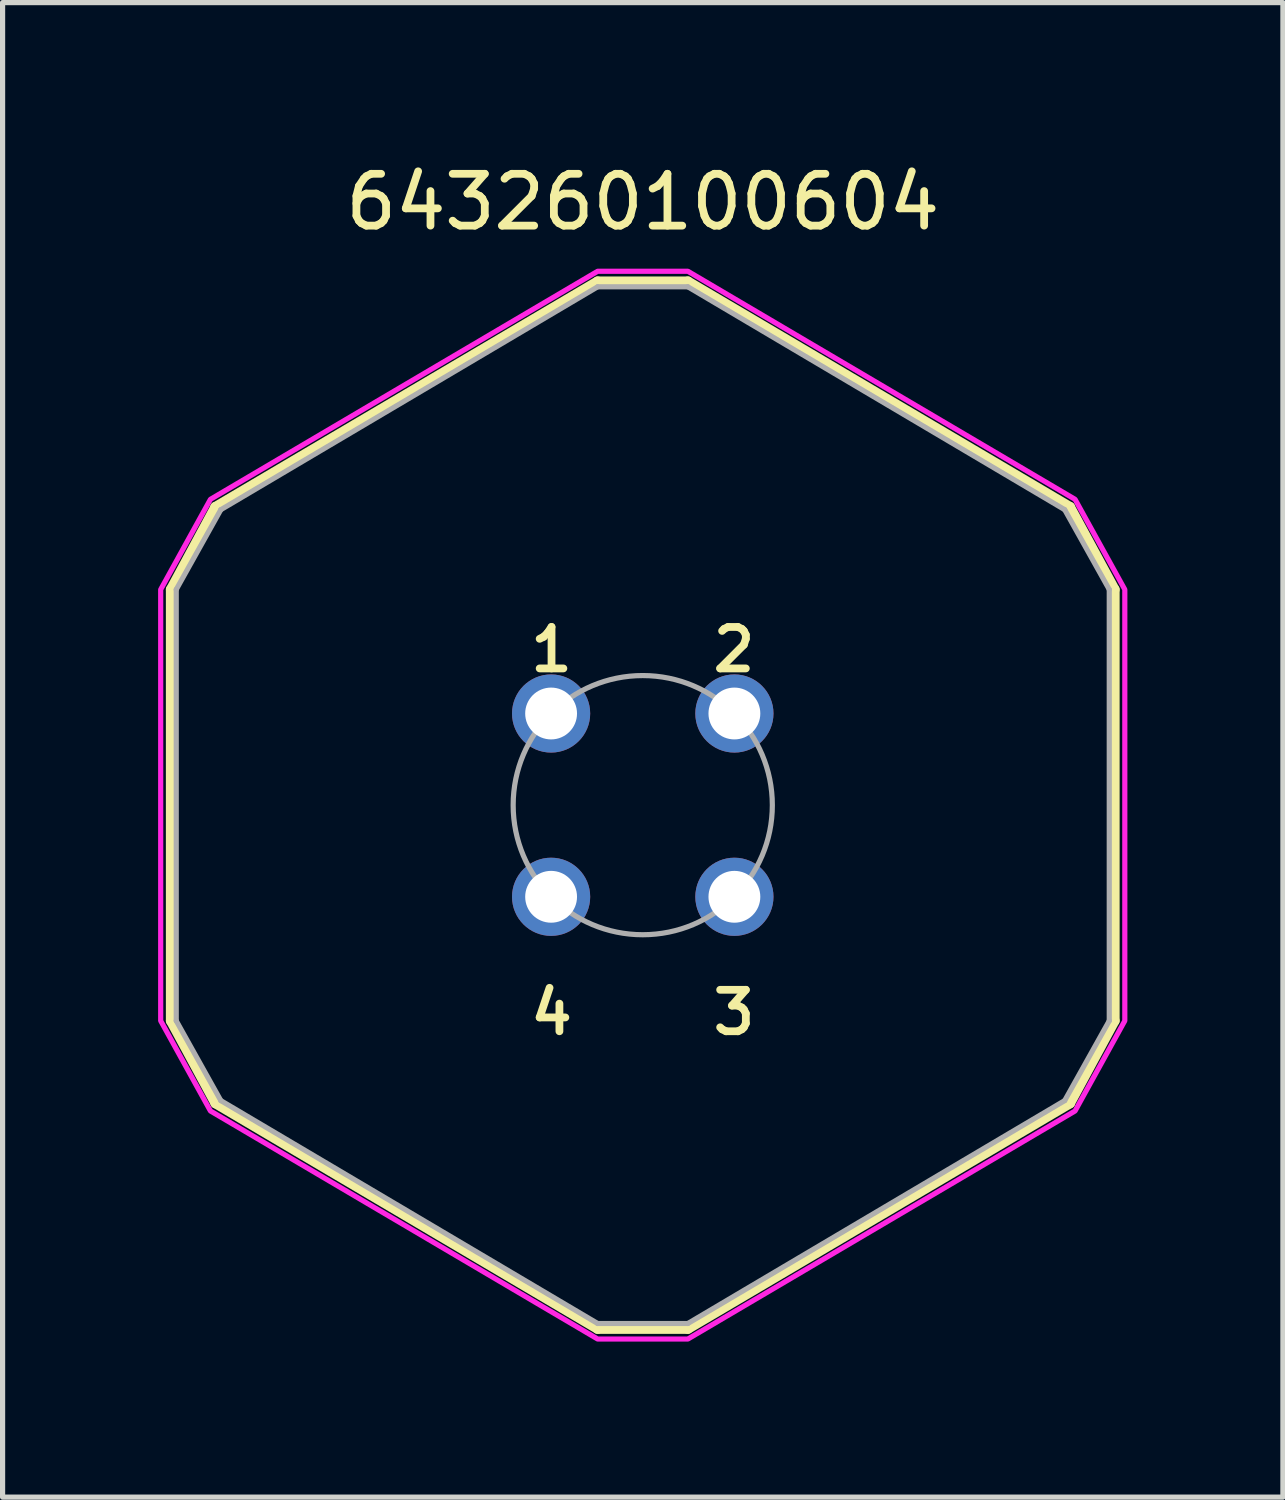
<source format=kicad_pcb>
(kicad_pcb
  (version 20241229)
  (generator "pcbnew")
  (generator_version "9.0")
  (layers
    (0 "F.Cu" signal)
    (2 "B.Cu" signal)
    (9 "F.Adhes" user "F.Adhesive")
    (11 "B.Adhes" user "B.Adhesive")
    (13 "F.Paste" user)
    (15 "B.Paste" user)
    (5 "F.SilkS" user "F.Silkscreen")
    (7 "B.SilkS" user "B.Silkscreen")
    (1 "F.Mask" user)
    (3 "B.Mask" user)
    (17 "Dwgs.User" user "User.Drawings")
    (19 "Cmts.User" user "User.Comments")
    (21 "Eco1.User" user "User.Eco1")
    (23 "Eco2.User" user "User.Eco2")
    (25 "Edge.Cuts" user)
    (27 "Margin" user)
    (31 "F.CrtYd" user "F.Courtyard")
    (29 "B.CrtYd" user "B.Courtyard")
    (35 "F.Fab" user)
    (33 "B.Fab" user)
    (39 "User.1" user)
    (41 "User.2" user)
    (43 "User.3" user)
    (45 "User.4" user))
  (footprint "643260100604"
    (layer "F.Cu")
    (at 9.35 12.483)
    (property "Reference" "643260100604" (at 0 -11.635 0) (layer "F.SilkS") (effects (font (size 1 1) (thickness 0.15))))
    (attr through_hole)
    (fp_line (start -9.1 -4.16) (end -9.1 4.16) (stroke (width 0.2) (type solid)) (layer "F.SilkS"))
    (fp_line (start -9.1 -4.16) (end -8.243 -5.75) (stroke (width 0.2) (type solid)) (layer "F.SilkS"))
    (fp_line (start -9.1 4.16) (end -8.24 5.75) (stroke (width 0.2) (type solid)) (layer "F.SilkS"))
    (fp_line (start -0.87 -10.1) (end -8.243 -5.75) (stroke (width 0.2) (type solid)) (layer "F.SilkS"))
    (fp_line (start -0.87 -10.1) (end 0.87 -10.1) (stroke (width 0.2) (type solid)) (layer "F.SilkS"))
    (fp_line (start -0.87 10.1) (end -8.24 5.75) (stroke (width 0.2) (type solid)) (layer "F.SilkS"))
    (fp_line (start 0.87 -10.1) (end 8.24 -5.75) (stroke (width 0.2) (type solid)) (layer "F.SilkS"))
    (fp_line (start 0.87 10.1) (end -0.87 10.1) (stroke (width 0.2) (type solid)) (layer "F.SilkS"))
    (fp_line (start 0.87 10.1) (end 8.24 5.75) (stroke (width 0.2) (type solid)) (layer "F.SilkS"))
    (fp_line (start 9.1 -4.16) (end 8.24 -5.75) (stroke (width 0.2) (type solid)) (layer "F.SilkS"))
    (fp_line (start 9.1 -4.16) (end 9.1 4.16) (stroke (width 0.2) (type solid)) (layer "F.SilkS"))
    (fp_line (start 9.1 4.16) (end 8.24 5.75) (stroke (width 0.2) (type solid)) (layer "F.SilkS"))
    (fp_poly (pts (xy -9.3 -4.16) (xy -9.3 4.16) (xy -8.34 5.9) (xy -0.87 10.3) (xy 0.87 10.3) (xy 8.34 5.9) (xy 9.3 4.16) (xy 9.3 -4.16) (xy 8.34 -5.9) (xy 0.87 -10.3) (xy -0.87 -10.3) (xy -8.34 -5.9)) (stroke (width 0.1) (type solid)) (fill no) (layer "F.CrtYd"))
    (fp_line (start -9 -4.16) (end -9 4.16) (stroke (width 0.1) (type solid)) (layer "F.Fab"))
    (fp_line (start -9 -4.16) (end -8.14 -5.7) (stroke (width 0.1) (type solid)) (layer "F.Fab"))
    (fp_line (start -9 4.16) (end -8.14 5.7) (stroke (width 0.1) (type solid)) (layer "F.Fab"))
    (fp_line (start -0.87 -10) (end -8.14 -5.7) (stroke (width 0.1) (type solid)) (layer "F.Fab"))
    (fp_line (start -0.87 -10) (end 0.87 -10) (stroke (width 0.1) (type solid)) (layer "F.Fab"))
    (fp_line (start -0.87 10) (end -8.14 5.7) (stroke (width 0.1) (type solid)) (layer "F.Fab"))
    (fp_line (start 0.87 -10) (end 8.14 -5.7) (stroke (width 0.1) (type solid)) (layer "F.Fab"))
    (fp_line (start 0.87 10) (end -0.87 10) (stroke (width 0.1) (type solid)) (layer "F.Fab"))
    (fp_line (start 0.87 10) (end 8.14 5.7) (stroke (width 0.1) (type solid)) (layer "F.Fab"))
    (fp_line (start 9 -4.16) (end 8.14 -5.7) (stroke (width 0.1) (type solid)) (layer "F.Fab"))
    (fp_line (start 9 -4.16) (end 9 4.16) (stroke (width 0.1) (type solid)) (layer "F.Fab"))
    (fp_line (start 9 4.16) (end 8.14 5.7) (stroke (width 0.1) (type solid)) (layer "F.Fab"))
    (fp_circle (center 0 0) (end 2.5 0) (stroke (width 0.1) (type solid)) (fill no) (layer "F.Fab"))
    (fp_text user "1" (at -1.76 -3 0) (layer "F.SilkS") (effects (font (size 0.8 0.8) (thickness 0.15))))
    (fp_text user "2" (at 1.76 -3 0) (layer "F.SilkS") (effects (font (size 0.8 0.8) (thickness 0.15))))
    (fp_text user "4" (at -1.76 4 0) (layer "F.SilkS") (effects (font (size 0.8 0.8) (thickness 0.15))))
    (fp_text user "3" (at 1.76 4 0) (layer "F.SilkS") (effects (font (size 0.8 0.8) (thickness 0.15))))
    (pad "1" thru_hole circle (at -1.768 -1.768) (size 1.508 1.508) (drill 1) (layers "*.Cu" "*.Mask"))
    (pad "2" thru_hole circle (at 1.768 -1.768) (size 1.508 1.508) (drill 1) (layers "*.Cu" "*.Mask"))
    (pad "3" thru_hole circle (at 1.768 1.768) (size 1.508 1.508) (drill 1) (layers "*.Cu" "*.Mask"))
    (pad "4" thru_hole circle (at -1.768 1.768) (size 1.508 1.508) (drill 1) (layers "*.Cu" "*.Mask")))
  (gr_rect
    (start -3 -3)
    (end 21.7 25.833)
    (stroke (width 0.1) (type default))
    (fill no)
    (layer "Edge.Cuts")))
</source>
